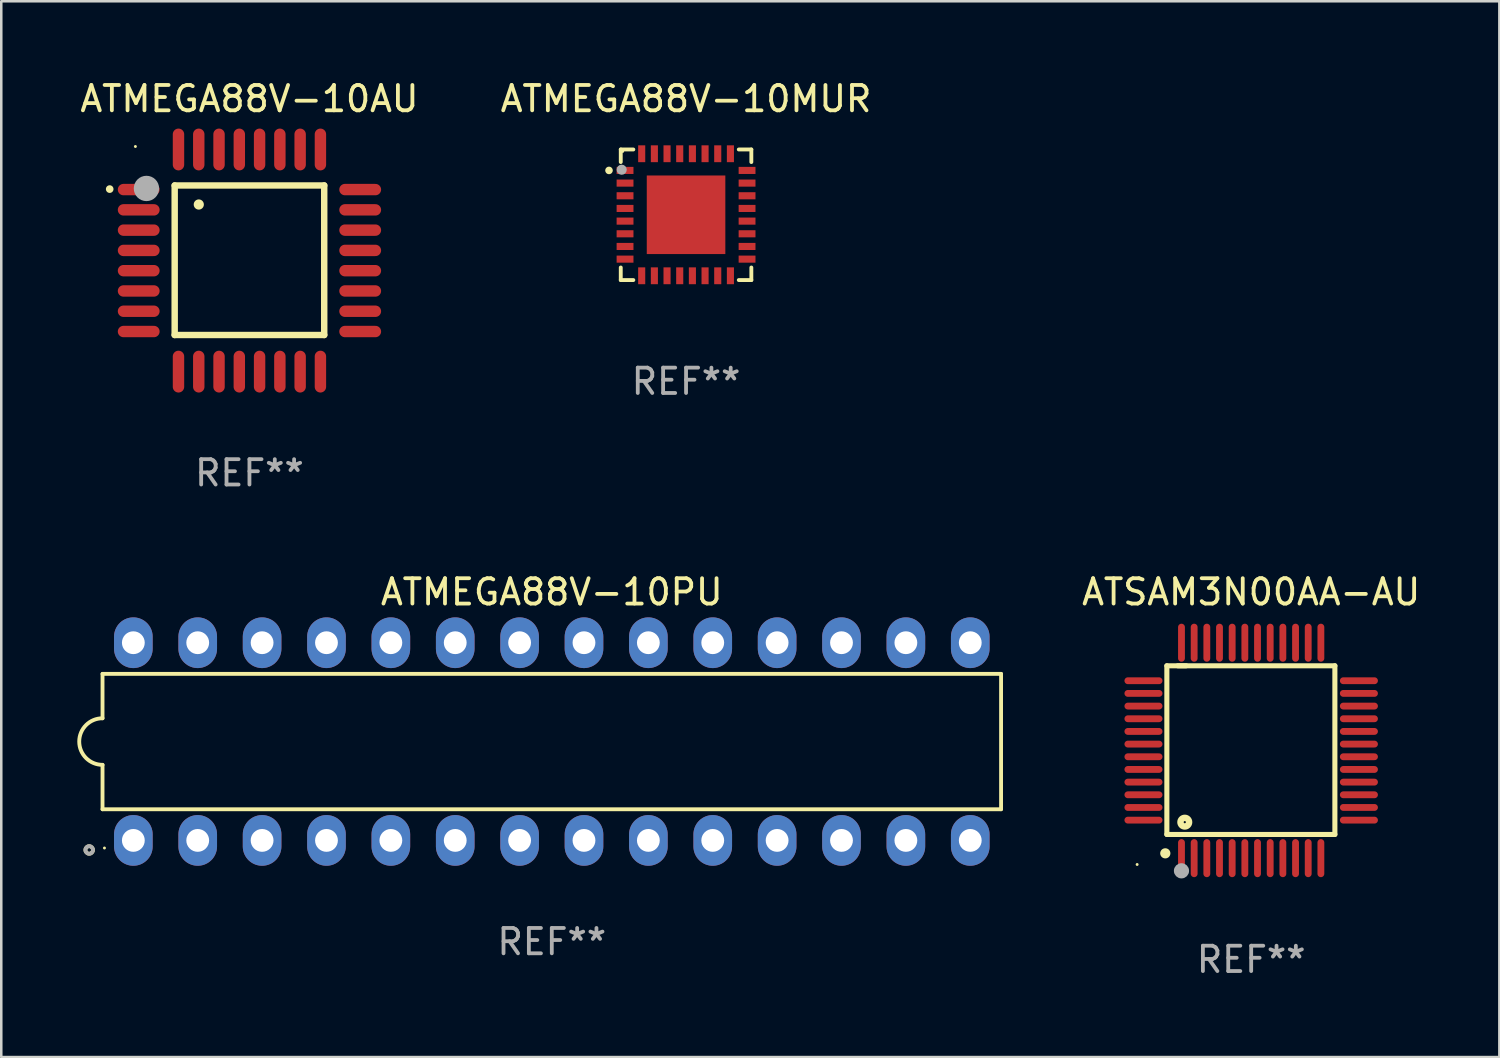
<source format=kicad_pcb>
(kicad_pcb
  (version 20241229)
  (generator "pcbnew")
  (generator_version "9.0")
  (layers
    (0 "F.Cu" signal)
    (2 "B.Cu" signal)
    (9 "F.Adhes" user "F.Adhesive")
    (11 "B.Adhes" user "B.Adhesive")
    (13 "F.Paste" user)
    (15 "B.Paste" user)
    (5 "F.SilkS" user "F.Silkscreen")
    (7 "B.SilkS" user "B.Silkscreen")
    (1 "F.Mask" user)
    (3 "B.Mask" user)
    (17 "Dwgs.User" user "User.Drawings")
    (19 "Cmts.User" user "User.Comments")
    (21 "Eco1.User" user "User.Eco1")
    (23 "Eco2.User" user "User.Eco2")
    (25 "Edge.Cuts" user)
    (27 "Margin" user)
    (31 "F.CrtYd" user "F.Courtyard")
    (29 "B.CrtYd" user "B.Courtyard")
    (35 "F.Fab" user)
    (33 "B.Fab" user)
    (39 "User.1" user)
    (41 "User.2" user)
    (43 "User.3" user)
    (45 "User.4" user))
  (footprint "ATSAM3N00AA-AU"
    (layer "F.Cu")
    (at 46.315 26.558)
    (property "Reference" "ATSAM3N00AA-AU" (at 0 -6.25 0) (layer "F.SilkS") (effects (font (size 1 1) (thickness 0.15))))
    (attr through_hole)
    (fp_line (start -3.327 -3.34) (end -2.565 -3.34) (stroke (width 0.2) (type solid)) (layer "F.SilkS"))
    (fp_line (start -3.327 3.315) (end -3.327 -3.34) (stroke (width 0.2) (type solid)) (layer "F.SilkS"))
    (fp_line (start -2.896 -3.34) (end 3.302 -3.34) (stroke (width 0.2) (type solid)) (layer "F.SilkS"))
    (fp_line (start 3.302 -3.34) (end 3.302 3.315) (stroke (width 0.2) (type solid)) (layer "F.SilkS"))
    (fp_line (start 3.302 3.315) (end -3.327 3.315) (stroke (width 0.2) (type solid)) (layer "F.SilkS"))
    (fp_arc (start -3.389992 4.059995) (mid -3.388722 4.059991) (end -3.387452 4.059995) (stroke (width 0.4) (type solid)) (layer "F.SilkS"))
    (fp_circle (center -4.5 4.5) (end -4.47 4.5) (stroke (width 0.06) (type solid)) (fill no) (layer "F.SilkS"))
    (fp_circle (center -2.62 2.83) (end -2.45 2.83) (stroke (width 0.254) (type solid)) (fill no) (layer "F.SilkS"))
    (fp_circle (center -2.75 4.75) (end -2.6 4.75) (stroke (width 0.3) (type solid)) (fill no) (layer "F.Fab"))
    (fp_text user "REF**" (at 0 8.25 0) (layer "F.Fab") (effects (font (size 1 1) (thickness 0.15))))
    (pad "1" smd oval (at -2.75 4.25) (size 0.27 1.5) (layers "F.Cu" "F.Mask" "F.Paste"))
    (pad "2" smd oval (at -2.25 4.25) (size 0.27 1.5) (layers "F.Cu" "F.Mask" "F.Paste"))
    (pad "3" smd oval (at -1.75 4.25) (size 0.27 1.5) (layers "F.Cu" "F.Mask" "F.Paste"))
    (pad "4" smd oval (at -1.25 4.25) (size 0.27 1.5) (layers "F.Cu" "F.Mask" "F.Paste"))
    (pad "5" smd oval (at -0.75 4.25) (size 0.27 1.5) (layers "F.Cu" "F.Mask" "F.Paste"))
    (pad "6" smd oval (at -0.25 4.25) (size 0.27 1.5) (layers "F.Cu" "F.Mask" "F.Paste"))
    (pad "7" smd oval (at 0.25 4.25) (size 0.27 1.5) (layers "F.Cu" "F.Mask" "F.Paste"))
    (pad "8" smd oval (at 0.75 4.25) (size 0.27 1.5) (layers "F.Cu" "F.Mask" "F.Paste"))
    (pad "9" smd oval (at 1.25 4.25) (size 0.27 1.5) (layers "F.Cu" "F.Mask" "F.Paste"))
    (pad "10" smd oval (at 1.75 4.25) (size 0.27 1.5) (layers "F.Cu" "F.Mask" "F.Paste"))
    (pad "11" smd oval (at 2.25 4.25) (size 0.27 1.5) (layers "F.Cu" "F.Mask" "F.Paste"))
    (pad "12" smd oval (at 2.75 4.25) (size 0.27 1.5) (layers "F.Cu" "F.Mask" "F.Paste"))
    (pad "13" smd oval (at 4.25 2.75) (size 1.5 0.27) (layers "F.Cu" "F.Mask" "F.Paste"))
    (pad "14" smd oval (at 4.25 2.25) (size 1.5 0.27) (layers "F.Cu" "F.Mask" "F.Paste"))
    (pad "15" smd oval (at 4.25 1.75) (size 1.5 0.27) (layers "F.Cu" "F.Mask" "F.Paste"))
    (pad "16" smd oval (at 4.25 1.25) (size 1.5 0.27) (layers "F.Cu" "F.Mask" "F.Paste"))
    (pad "17" smd oval (at 4.25 0.75) (size 1.5 0.27) (layers "F.Cu" "F.Mask" "F.Paste"))
    (pad "18" smd oval (at 4.25 0.25) (size 1.5 0.27) (layers "F.Cu" "F.Mask" "F.Paste"))
    (pad "19" smd oval (at 4.25 -0.25) (size 1.5 0.27) (layers "F.Cu" "F.Mask" "F.Paste"))
    (pad "20" smd oval (at 4.25 -0.75) (size 1.5 0.27) (layers "F.Cu" "F.Mask" "F.Paste"))
    (pad "21" smd oval (at 4.25 -1.25) (size 1.5 0.27) (layers "F.Cu" "F.Mask" "F.Paste"))
    (pad "22" smd oval (at 4.25 -1.75) (size 1.5 0.27) (layers "F.Cu" "F.Mask" "F.Paste"))
    (pad "23" smd oval (at 4.25 -2.25) (size 1.5 0.27) (layers "F.Cu" "F.Mask" "F.Paste"))
    (pad "24" smd oval (at 4.25 -2.75) (size 1.5 0.27) (layers "F.Cu" "F.Mask" "F.Paste"))
    (pad "25" smd oval (at 2.75 -4.25) (size 0.27 1.5) (layers "F.Cu" "F.Mask" "F.Paste"))
    (pad "26" smd oval (at 2.25 -4.25) (size 0.27 1.5) (layers "F.Cu" "F.Mask" "F.Paste"))
    (pad "27" smd oval (at 1.75 -4.25) (size 0.27 1.5) (layers "F.Cu" "F.Mask" "F.Paste"))
    (pad "28" smd oval (at 1.25 -4.25) (size 0.27 1.5) (layers "F.Cu" "F.Mask" "F.Paste"))
    (pad "29" smd oval (at 0.75 -4.25) (size 0.27 1.5) (layers "F.Cu" "F.Mask" "F.Paste"))
    (pad "30" smd oval (at 0.25 -4.25) (size 0.27 1.5) (layers "F.Cu" "F.Mask" "F.Paste"))
    (pad "31" smd oval (at -0.25 -4.25) (size 0.27 1.5) (layers "F.Cu" "F.Mask" "F.Paste"))
    (pad "32" smd oval (at -0.75 -4.25) (size 0.27 1.5) (layers "F.Cu" "F.Mask" "F.Paste"))
    (pad "33" smd oval (at -1.25 -4.25) (size 0.27 1.5) (layers "F.Cu" "F.Mask" "F.Paste"))
    (pad "34" smd oval (at -1.75 -4.25) (size 0.27 1.5) (layers "F.Cu" "F.Mask" "F.Paste"))
    (pad "35" smd oval (at -2.25 -4.25) (size 0.27 1.5) (layers "F.Cu" "F.Mask" "F.Paste"))
    (pad "36" smd oval (at -2.75 -4.25) (size 0.27 1.5) (layers "F.Cu" "F.Mask" "F.Paste"))
    (pad "37" smd oval (at -4.25 -2.75) (size 1.5 0.27) (layers "F.Cu" "F.Mask" "F.Paste"))
    (pad "38" smd oval (at -4.25 -2.25) (size 1.5 0.27) (layers "F.Cu" "F.Mask" "F.Paste"))
    (pad "39" smd oval (at -4.25 -1.75) (size 1.5 0.27) (layers "F.Cu" "F.Mask" "F.Paste"))
    (pad "40" smd oval (at -4.25 -1.25) (size 1.5 0.27) (layers "F.Cu" "F.Mask" "F.Paste"))
    (pad "41" smd oval (at -4.25 -0.75) (size 1.5 0.27) (layers "F.Cu" "F.Mask" "F.Paste"))
    (pad "42" smd oval (at -4.25 -0.25) (size 1.5 0.27) (layers "F.Cu" "F.Mask" "F.Paste"))
    (pad "43" smd oval (at -4.25 0.25) (size 1.5 0.27) (layers "F.Cu" "F.Mask" "F.Paste"))
    (pad "44" smd oval (at -4.25 0.75) (size 1.5 0.27) (layers "F.Cu" "F.Mask" "F.Paste"))
    (pad "45" smd oval (at -4.25 1.25) (size 1.5 0.27) (layers "F.Cu" "F.Mask" "F.Paste"))
    (pad "46" smd oval (at -4.25 1.75) (size 1.5 0.27) (layers "F.Cu" "F.Mask" "F.Paste"))
    (pad "47" smd oval (at -4.25 2.25) (size 1.5 0.27) (layers "F.Cu" "F.Mask" "F.Paste"))
    (pad "48" smd oval (at -4.25 2.75) (size 1.5 0.27) (layers "F.Cu" "F.Mask" "F.Paste")))
  (footprint "ATMEGA88V-10PU"
    (layer "F.Cu")
    (at 18.721 26.208)
    (property "Reference" "ATMEGA88V-10PU" (at 0 -5.9 0) (layer "F.SilkS") (effects (font (size 1 1) (thickness 0.15))))
    (attr through_hole)
    (fp_line (start -17.726 -2.671) (end -17.726 -0.919) (stroke (width 0.152) (type solid)) (layer "F.SilkS"))
    (fp_line (start -17.726 0.919) (end -17.726 2.671) (stroke (width 0.152) (type solid)) (layer "F.SilkS"))
    (fp_line (start -17.726 2.671) (end 17.726 2.671) (stroke (width 0.152) (type solid)) (layer "F.SilkS"))
    (fp_line (start 17.726 -2.671) (end -17.726 -2.671) (stroke (width 0.152) (type solid)) (layer "F.SilkS"))
    (fp_line (start 17.726 2.671) (end 17.726 -2.671) (stroke (width 0.152) (type solid)) (layer "F.SilkS"))
    (fp_arc (start -17.726213 0.91875) (mid -18.644963 0) (end -17.726213 -0.91875) (stroke (width 0.1524) (type solid)) (layer "F.SilkS"))
    (fp_circle (center -18.252 4.277) (end -18.178 4.277) (stroke (width 0.15) (type solid)) (fill no) (layer "F.SilkS"))
    (fp_circle (center -17.65 4.2) (end -17.62 4.2) (stroke (width 0.06) (type solid)) (fill no) (layer "F.SilkS"))
    (fp_circle (center -18.252 4.277) (end -18.178 4.277) (stroke (width 0.15) (type solid)) (fill no) (layer "F.Fab"))
    (fp_text user "REF**" (at 0 7.9 0) (layer "F.Fab") (effects (font (size 1 1) (thickness 0.15))))
    (pad "1" thru_hole oval (at -16.51 3.9) (size 1.524 2) (drill 0.9) (layers "*.Cu" "*.Mask"))
    (pad "2" thru_hole oval (at -13.97 3.9) (size 1.524 2) (drill 0.9) (layers "*.Cu" "*.Mask"))
    (pad "3" thru_hole oval (at -11.43 3.9) (size 1.524 2) (drill 0.9) (layers "*.Cu" "*.Mask"))
    (pad "4" thru_hole oval (at -8.89 3.9) (size 1.524 2) (drill 0.9) (layers "*.Cu" "*.Mask"))
    (pad "5" thru_hole oval (at -6.35 3.9) (size 1.524 2) (drill 0.9) (layers "*.Cu" "*.Mask"))
    (pad "6" thru_hole oval (at -3.81 3.9) (size 1.524 2) (drill 0.9) (layers "*.Cu" "*.Mask"))
    (pad "7" thru_hole oval (at -1.27 3.9) (size 1.524 2) (drill 0.9) (layers "*.Cu" "*.Mask"))
    (pad "8" thru_hole oval (at 1.27 3.9) (size 1.524 2) (drill 0.9) (layers "*.Cu" "*.Mask"))
    (pad "9" thru_hole oval (at 3.81 3.9) (size 1.524 2) (drill 0.9) (layers "*.Cu" "*.Mask"))
    (pad "10" thru_hole oval (at 6.35 3.9) (size 1.524 2) (drill 0.9) (layers "*.Cu" "*.Mask"))
    (pad "11" thru_hole oval (at 8.89 3.9) (size 1.524 2) (drill 0.9) (layers "*.Cu" "*.Mask"))
    (pad "12" thru_hole oval (at 11.43 3.9) (size 1.524 2) (drill 0.9) (layers "*.Cu" "*.Mask"))
    (pad "13" thru_hole oval (at 13.97 3.9) (size 1.524 2) (drill 0.9) (layers "*.Cu" "*.Mask"))
    (pad "14" thru_hole oval (at 16.51 3.9) (size 1.524 2) (drill 0.9) (layers "*.Cu" "*.Mask"))
    (pad "15" thru_hole oval (at 16.51 -3.9) (size 1.524 2) (drill 0.9) (layers "*.Cu" "*.Mask"))
    (pad "16" thru_hole oval (at 13.97 -3.9) (size 1.524 2) (drill 0.9) (layers "*.Cu" "*.Mask"))
    (pad "17" thru_hole oval (at 11.43 -3.9) (size 1.524 2) (drill 0.9) (layers "*.Cu" "*.Mask"))
    (pad "18" thru_hole oval (at 8.89 -3.9) (size 1.524 2) (drill 0.9) (layers "*.Cu" "*.Mask"))
    (pad "19" thru_hole oval (at 6.35 -3.9) (size 1.524 2) (drill 0.9) (layers "*.Cu" "*.Mask"))
    (pad "20" thru_hole oval (at 3.81 -3.9) (size 1.524 2) (drill 0.9) (layers "*.Cu" "*.Mask"))
    (pad "21" thru_hole oval (at 1.27 -3.9) (size 1.524 2) (drill 0.9) (layers "*.Cu" "*.Mask"))
    (pad "22" thru_hole oval (at -1.27 -3.9) (size 1.524 2) (drill 0.9) (layers "*.Cu" "*.Mask"))
    (pad "23" thru_hole oval (at -3.81 -3.9) (size 1.524 2) (drill 0.9) (layers "*.Cu" "*.Mask"))
    (pad "24" thru_hole oval (at -6.35 -3.9) (size 1.524 2) (drill 0.9) (layers "*.Cu" "*.Mask"))
    (pad "25" thru_hole oval (at -8.89 -3.9) (size 1.524 2) (drill 0.9) (layers "*.Cu" "*.Mask"))
    (pad "26" thru_hole oval (at -11.43 -3.9) (size 1.524 2) (drill 0.9) (layers "*.Cu" "*.Mask"))
    (pad "27" thru_hole oval (at -13.97 -3.9) (size 1.524 2) (drill 0.9) (layers "*.Cu" "*.Mask"))
    (pad "28" thru_hole oval (at -16.51 -3.9) (size 1.524 2) (drill 0.9) (layers "*.Cu" "*.Mask")))
  (footprint "ATMEGA88V-10AU"
    (layer "F.Cu")
    (at 6.792 7.23)
    (property "Reference" "ATMEGA88V-10AU" (at 0 -6.382 0) (layer "F.SilkS") (effects (font (size 1 1) (thickness 0.15))))
    (attr through_hole)
    (fp_line (start -2.95 -2.963) (end -2.95 2.937) (stroke (width 0.254) (type solid)) (layer "F.SilkS"))
    (fp_line (start -2.95 2.937) (end 2.95 2.937) (stroke (width 0.254) (type solid)) (layer "F.SilkS"))
    (fp_line (start 2.95 -2.963) (end -2.95 -2.963) (stroke (width 0.254) (type solid)) (layer "F.SilkS"))
    (fp_line (start 2.95 2.937) (end 2.95 -2.963) (stroke (width 0.254) (type solid)) (layer "F.SilkS"))
    (fp_arc (start -5.514199 -2.818136) (mid -5.514204 -2.819406) (end -5.514199 -2.820676) (stroke (width 0.3) (type solid)) (layer "F.SilkS"))
    (fp_arc (start -1.998984 -2.209804) (mid -1.998988 -2.211074) (end -1.998984 -2.212344) (stroke (width 0.4) (type solid)) (layer "F.SilkS"))
    (fp_circle (center -4.5 -4.5) (end -4.47 -4.5) (stroke (width 0.06) (type solid)) (fill no) (layer "F.SilkS"))
    (fp_circle (center -4.064 -2.845) (end -3.814 -2.845) (stroke (width 0.5) (type solid)) (fill no) (layer "F.Fab"))
    (fp_text user "REF**" (at 0 8.382 0) (layer "F.Fab") (effects (font (size 1 1) (thickness 0.15))))
    (pad "1" smd oval (at -4.369 -2.8 90) (size 0.45 1.65) (layers "F.Cu" "F.Mask" "F.Paste"))
    (pad "2" smd oval (at -4.369 -2 90) (size 0.45 1.65) (layers "F.Cu" "F.Mask" "F.Paste"))
    (pad "3" smd oval (at -4.369 -1.2 90) (size 0.45 1.65) (layers "F.Cu" "F.Mask" "F.Paste"))
    (pad "4" smd oval (at -4.369 -0.4 90) (size 0.45 1.65) (layers "F.Cu" "F.Mask" "F.Paste"))
    (pad "5" smd oval (at -4.369 0.4 90) (size 0.45 1.65) (layers "F.Cu" "F.Mask" "F.Paste"))
    (pad "6" smd oval (at -4.369 1.2 90) (size 0.45 1.65) (layers "F.Cu" "F.Mask" "F.Paste"))
    (pad "7" smd oval (at -4.369 2 90) (size 0.45 1.65) (layers "F.Cu" "F.Mask" "F.Paste"))
    (pad "8" smd oval (at -4.369 2.8 90) (size 0.45 1.65) (layers "F.Cu" "F.Mask" "F.Paste"))
    (pad "9" smd oval (at -2.8 4.382) (size 0.45 1.65) (layers "F.Cu" "F.Mask" "F.Paste"))
    (pad "10" smd oval (at -2 4.382) (size 0.45 1.65) (layers "F.Cu" "F.Mask" "F.Paste"))
    (pad "11" smd oval (at -1.2 4.382) (size 0.45 1.65) (layers "F.Cu" "F.Mask" "F.Paste"))
    (pad "12" smd oval (at -0.4 4.382) (size 0.45 1.65) (layers "F.Cu" "F.Mask" "F.Paste"))
    (pad "13" smd oval (at 0.4 4.382) (size 0.45 1.65) (layers "F.Cu" "F.Mask" "F.Paste"))
    (pad "14" smd oval (at 1.2 4.382) (size 0.45 1.65) (layers "F.Cu" "F.Mask" "F.Paste"))
    (pad "15" smd oval (at 2 4.382) (size 0.45 1.65) (layers "F.Cu" "F.Mask" "F.Paste"))
    (pad "16" smd oval (at 2.8 4.382) (size 0.45 1.65) (layers "F.Cu" "F.Mask" "F.Paste"))
    (pad "17" smd oval (at 4.369 2.8 90) (size 0.45 1.65) (layers "F.Cu" "F.Mask" "F.Paste"))
    (pad "18" smd oval (at 4.369 2 90) (size 0.45 1.65) (layers "F.Cu" "F.Mask" "F.Paste"))
    (pad "19" smd oval (at 4.369 1.2 90) (size 0.45 1.65) (layers "F.Cu" "F.Mask" "F.Paste"))
    (pad "20" smd oval (at 4.369 0.4 90) (size 0.45 1.65) (layers "F.Cu" "F.Mask" "F.Paste"))
    (pad "21" smd oval (at 4.369 -0.4 90) (size 0.45 1.65) (layers "F.Cu" "F.Mask" "F.Paste"))
    (pad "22" smd oval (at 4.369 -1.2 90) (size 0.45 1.65) (layers "F.Cu" "F.Mask" "F.Paste"))
    (pad "23" smd oval (at 4.369 -2 90) (size 0.45 1.65) (layers "F.Cu" "F.Mask" "F.Paste"))
    (pad "24" smd oval (at 4.369 -2.8 90) (size 0.45 1.65) (layers "F.Cu" "F.Mask" "F.Paste"))
    (pad "25" smd oval (at 2.8 -4.382) (size 0.45 1.65) (layers "F.Cu" "F.Mask" "F.Paste"))
    (pad "26" smd oval (at 2 -4.382) (size 0.45 1.65) (layers "F.Cu" "F.Mask" "F.Paste"))
    (pad "27" smd oval (at 1.2 -4.382) (size 0.45 1.65) (layers "F.Cu" "F.Mask" "F.Paste"))
    (pad "28" smd oval (at 0.4 -4.382) (size 0.45 1.65) (layers "F.Cu" "F.Mask" "F.Paste"))
    (pad "29" smd oval (at -0.4 -4.382) (size 0.45 1.65) (layers "F.Cu" "F.Mask" "F.Paste"))
    (pad "30" smd oval (at -1.2 -4.382) (size 0.45 1.65) (layers "F.Cu" "F.Mask" "F.Paste"))
    (pad "31" smd oval (at -2 -4.382) (size 0.45 1.65) (layers "F.Cu" "F.Mask" "F.Paste"))
    (pad "32" smd oval (at -2.8 -4.382) (size 0.45 1.65) (layers "F.Cu" "F.Mask" "F.Paste")))
  (footprint "ATMEGA88V-10MUR"
    (layer "F.Cu")
    (at 24.018 5.424)
    (property "Reference" "ATMEGA88V-10MUR" (at 0 -4.576 0) (layer "F.SilkS") (effects (font (size 1 1) (thickness 0.15))))
    (attr through_hole)
    (fp_line (start -2.576 -2.576) (end -2.576 -2.08) (stroke (width 0.152) (type solid)) (layer "F.SilkS"))
    (fp_line (start -2.576 2.576) (end -2.576 2.08) (stroke (width 0.152) (type solid)) (layer "F.SilkS"))
    (fp_line (start -2.08 -2.576) (end -2.576 -2.576) (stroke (width 0.152) (type solid)) (layer "F.SilkS"))
    (fp_line (start -2.08 2.576) (end -2.576 2.576) (stroke (width 0.152) (type solid)) (layer "F.SilkS"))
    (fp_line (start 2.08 -2.576) (end 2.576 -2.576) (stroke (width 0.152) (type solid)) (layer "F.SilkS"))
    (fp_line (start 2.08 2.576) (end 2.576 2.576) (stroke (width 0.152) (type solid)) (layer "F.SilkS"))
    (fp_line (start 2.576 -2.576) (end 2.576 -2.08) (stroke (width 0.152) (type solid)) (layer "F.SilkS"))
    (fp_line (start 2.576 2.576) (end 2.576 2.08) (stroke (width 0.152) (type solid)) (layer "F.SilkS"))
    (fp_circle (center -3.04 -1.75) (end -2.965 -1.75) (stroke (width 0.15) (type solid)) (fill no) (layer "F.SilkS"))
    (fp_circle (center -2.5 -2.5) (end -2.47 -2.5) (stroke (width 0.06) (type solid)) (fill no) (layer "F.SilkS"))
    (fp_circle (center -2.54 -1.778) (end -2.44 -1.778) (stroke (width 0.2) (type solid)) (fill no) (layer "F.Fab"))
    (fp_text user "REF**" (at 0 6.576 0) (layer "F.Fab") (effects (font (size 1 1) (thickness 0.15))))
    (pad "1" smd rect (at -2.407 -1.75) (size 0.665 0.28) (layers "F.Cu" "F.Mask" "F.Paste"))
    (pad "2" smd rect (at -2.407 -1.25) (size 0.665 0.28) (layers "F.Cu" "F.Mask" "F.Paste"))
    (pad "3" smd rect (at -2.407 -0.75) (size 0.665 0.28) (layers "F.Cu" "F.Mask" "F.Paste"))
    (pad "4" smd rect (at -2.407 -0.25) (size 0.665 0.28) (layers "F.Cu" "F.Mask" "F.Paste"))
    (pad "5" smd rect (at -2.407 0.25) (size 0.665 0.28) (layers "F.Cu" "F.Mask" "F.Paste"))
    (pad "6" smd rect (at -2.407 0.75) (size 0.665 0.28) (layers "F.Cu" "F.Mask" "F.Paste"))
    (pad "7" smd rect (at -2.407 1.25) (size 0.665 0.28) (layers "F.Cu" "F.Mask" "F.Paste"))
    (pad "8" smd rect (at -2.407 1.75) (size 0.665 0.28) (layers "F.Cu" "F.Mask" "F.Paste"))
    (pad "9" smd rect (at -1.75 2.407) (size 0.28 0.665) (layers "F.Cu" "F.Mask" "F.Paste"))
    (pad "10" smd rect (at -1.25 2.407) (size 0.28 0.665) (layers "F.Cu" "F.Mask" "F.Paste"))
    (pad "11" smd rect (at -0.75 2.407) (size 0.28 0.665) (layers "F.Cu" "F.Mask" "F.Paste"))
    (pad "12" smd rect (at -0.25 2.407) (size 0.28 0.665) (layers "F.Cu" "F.Mask" "F.Paste"))
    (pad "13" smd rect (at 0.25 2.407) (size 0.28 0.665) (layers "F.Cu" "F.Mask" "F.Paste"))
    (pad "14" smd rect (at 0.75 2.407) (size 0.28 0.665) (layers "F.Cu" "F.Mask" "F.Paste"))
    (pad "15" smd rect (at 1.25 2.407) (size 0.28 0.665) (layers "F.Cu" "F.Mask" "F.Paste"))
    (pad "16" smd rect (at 1.75 2.407) (size 0.28 0.665) (layers "F.Cu" "F.Mask" "F.Paste"))
    (pad "17" smd rect (at 2.407 1.75) (size 0.665 0.28) (layers "F.Cu" "F.Mask" "F.Paste"))
    (pad "18" smd rect (at 2.407 1.25) (size 0.665 0.28) (layers "F.Cu" "F.Mask" "F.Paste"))
    (pad "19" smd rect (at 2.407 0.75) (size 0.665 0.28) (layers "F.Cu" "F.Mask" "F.Paste"))
    (pad "20" smd rect (at 2.407 0.25) (size 0.665 0.28) (layers "F.Cu" "F.Mask" "F.Paste"))
    (pad "21" smd rect (at 2.407 -0.25) (size 0.665 0.28) (layers "F.Cu" "F.Mask" "F.Paste"))
    (pad "22" smd rect (at 2.407 -0.75) (size 0.665 0.28) (layers "F.Cu" "F.Mask" "F.Paste"))
    (pad "23" smd rect (at 2.407 -1.25) (size 0.665 0.28) (layers "F.Cu" "F.Mask" "F.Paste"))
    (pad "24" smd rect (at 2.407 -1.75) (size 0.665 0.28) (layers "F.Cu" "F.Mask" "F.Paste"))
    (pad "25" smd rect (at 1.75 -2.408) (size 0.28 0.665) (layers "F.Cu" "F.Mask" "F.Paste"))
    (pad "26" smd rect (at 1.25 -2.408) (size 0.28 0.665) (layers "F.Cu" "F.Mask" "F.Paste"))
    (pad "27" smd rect (at 0.75 -2.408) (size 0.28 0.665) (layers "F.Cu" "F.Mask" "F.Paste"))
    (pad "28" smd rect (at 0.25 -2.408) (size 0.28 0.665) (layers "F.Cu" "F.Mask" "F.Paste"))
    (pad "29" smd rect (at -0.25 -2.408) (size 0.28 0.665) (layers "F.Cu" "F.Mask" "F.Paste"))
    (pad "30" smd rect (at -0.75 -2.408) (size 0.28 0.665) (layers "F.Cu" "F.Mask" "F.Paste"))
    (pad "31" smd rect (at -1.25 -2.408) (size 0.28 0.665) (layers "F.Cu" "F.Mask" "F.Paste"))
    (pad "32" smd rect (at -1.75 -2.408) (size 0.28 0.665) (layers "F.Cu" "F.Mask" "F.Paste"))
    (pad "33" smd rect (at -0.000076 -0.000102) (size 3.1 3.1) (layers "F.Cu" "F.Mask" "F.Paste")))
  (gr_rect
    (start -3 -3)
    (end 56.107 38.656)
    (stroke (width 0.1) (type default))
    (fill no)
    (layer "Edge.Cuts")))
</source>
